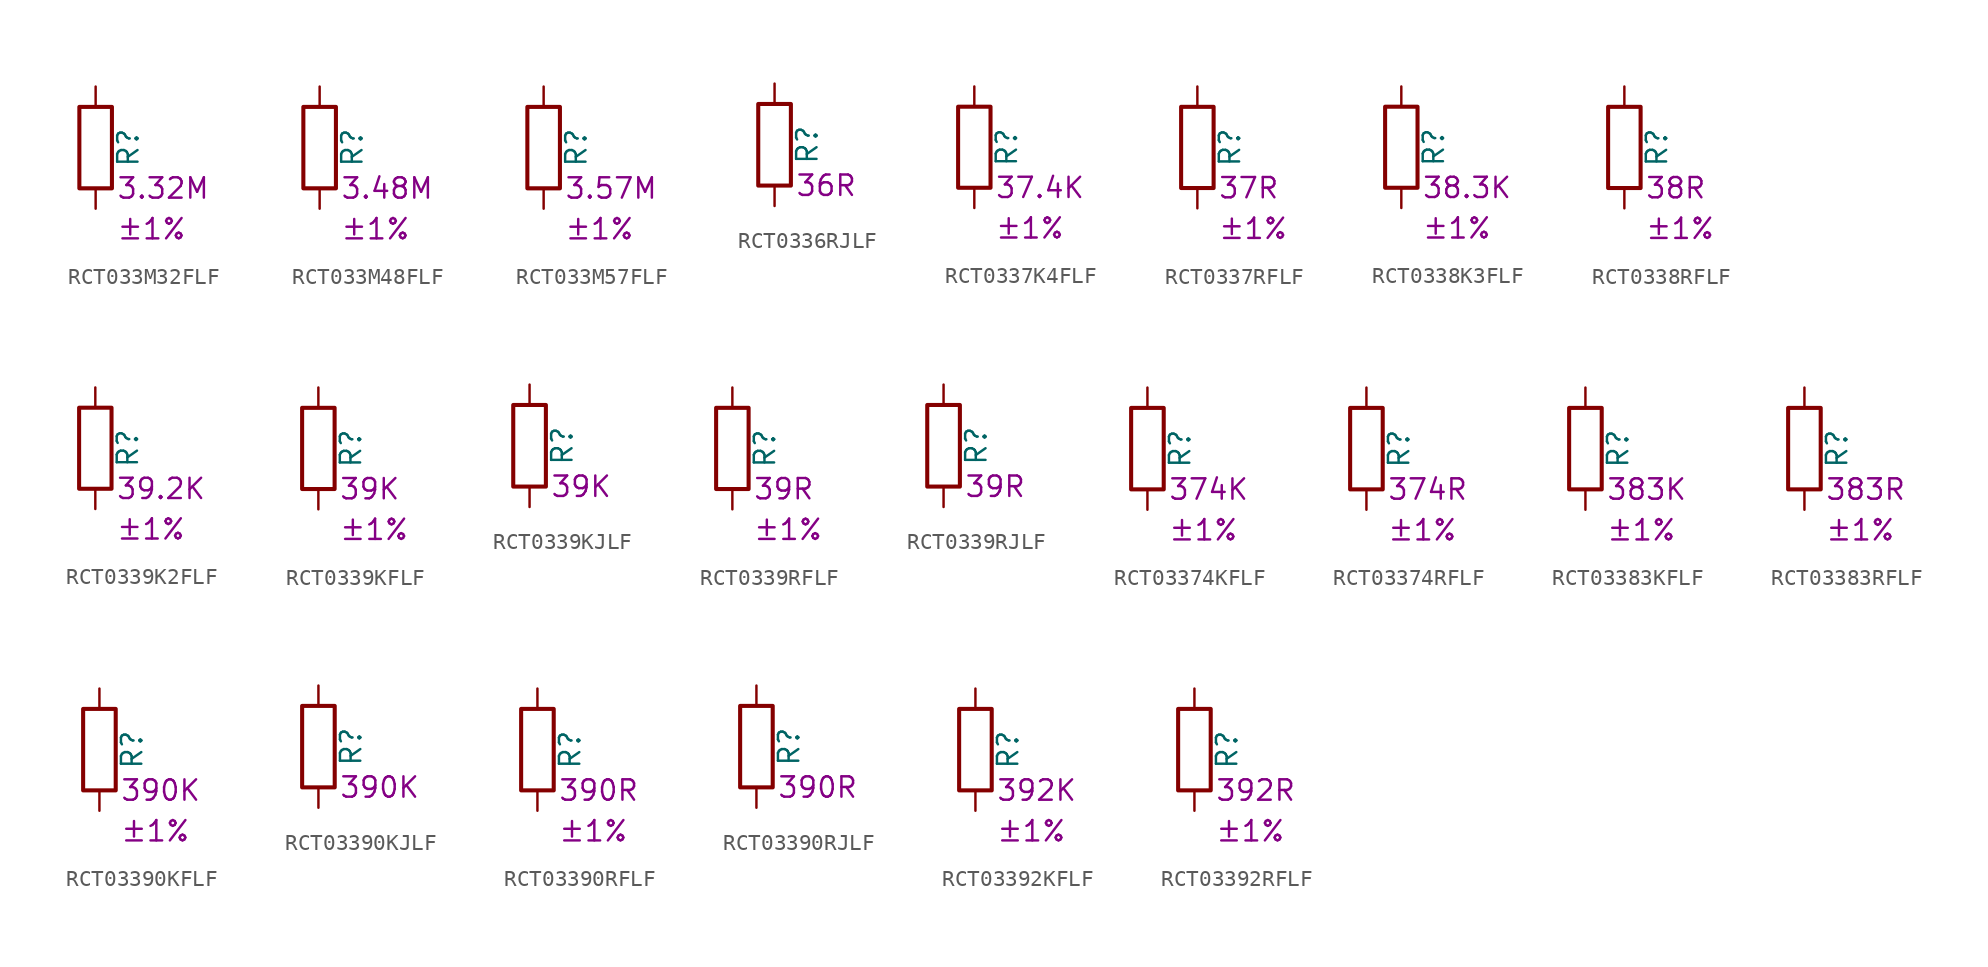
<source format=kicad_sym>
(kicad_symbol_lib
  (version 20220914)
  (generator kicad_symbol_editor)
  (symbol "RCT033M32FLF"
    (pin_numbers hide)
    (pin_names
      (offset 0))
    (property "Reference" "R"
      (at 2.032 0 90)
      (effects (font (size 1.27 1.27))))
    (property "Resistance" "3.32M"
      (at 1.27 -2.54 0)
      (effects (font (size 1.27 1.27)) (justify left)))
    (property "Tolerance" "±1%"
      (at 1.27 -5.08 0)
      (effects (font (size 1.27 1.27)) (justify left)))
    (symbol "RCT033M32FLF_0_1"
      (rectangle (start -1.016 -2.54) (end 1.016 2.54) (stroke (width 0.254) (type default)) (fill (type none))))
    (symbol "RCT033M32FLF_1_1"
      (pin passive line (at 0 3.81 270) (length 1.27) (name "~" (effects (font (size 1.27 1.27)))) (number "1" (effects (font (size 1.27 1.27)))))
      (pin passive line (at 0 -3.81 90) (length 1.27) (name "~" (effects (font (size 1.27 1.27)))) (number "2" (effects (font (size 1.27 1.27)))))))
  (symbol "RCT033M48FLF"
    (pin_numbers hide)
    (pin_names
      (offset 0))
    (property "Reference" "R"
      (at 2.032 0 90)
      (effects (font (size 1.27 1.27))))
    (property "Resistance" "3.48M"
      (at 1.27 -2.54 0)
      (effects (font (size 1.27 1.27)) (justify left)))
    (property "Tolerance" "±1%"
      (at 1.27 -5.08 0)
      (effects (font (size 1.27 1.27)) (justify left)))
    (symbol "RCT033M48FLF_0_1"
      (rectangle (start -1.016 -2.54) (end 1.016 2.54) (stroke (width 0.254) (type default)) (fill (type none))))
    (symbol "RCT033M48FLF_1_1"
      (pin passive line (at 0 3.81 270) (length 1.27) (name "~" (effects (font (size 1.27 1.27)))) (number "1" (effects (font (size 1.27 1.27)))))
      (pin passive line (at 0 -3.81 90) (length 1.27) (name "~" (effects (font (size 1.27 1.27)))) (number "2" (effects (font (size 1.27 1.27)))))))
  (symbol "RCT033M57FLF"
    (pin_numbers hide)
    (pin_names
      (offset 0))
    (property "Reference" "R"
      (at 2.032 0 90)
      (effects (font (size 1.27 1.27))))
    (property "Resistance" "3.57M"
      (at 1.27 -2.54 0)
      (effects (font (size 1.27 1.27)) (justify left)))
    (property "Tolerance" "±1%"
      (at 1.27 -5.08 0)
      (effects (font (size 1.27 1.27)) (justify left)))
    (symbol "RCT033M57FLF_0_1"
      (rectangle (start -1.016 -2.54) (end 1.016 2.54) (stroke (width 0.254) (type default)) (fill (type none))))
    (symbol "RCT033M57FLF_1_1"
      (pin passive line (at 0 3.81 270) (length 1.27) (name "~" (effects (font (size 1.27 1.27)))) (number "1" (effects (font (size 1.27 1.27)))))
      (pin passive line (at 0 -3.81 90) (length 1.27) (name "~" (effects (font (size 1.27 1.27)))) (number "2" (effects (font (size 1.27 1.27)))))))
  (symbol "RCT0336RJLF"
    (pin_numbers hide)
    (pin_names
      (offset 0))
    (property "Reference" "R"
      (at 2.032 0 90)
      (effects (font (size 1.27 1.27))))
    (property "Resistance" "36R"
      (at 1.27 -2.54 0)
      (effects (font (size 1.27 1.27)) (justify left)))
    (symbol "RCT0336RJLF_0_1"
      (rectangle (start -1.016 -2.54) (end 1.016 2.54) (stroke (width 0.254) (type default)) (fill (type none))))
    (symbol "RCT0336RJLF_1_1"
      (pin passive line (at 0 3.81 270) (length 1.27) (name "~" (effects (font (size 1.27 1.27)))) (number "1" (effects (font (size 1.27 1.27)))))
      (pin passive line (at 0 -3.81 90) (length 1.27) (name "~" (effects (font (size 1.27 1.27)))) (number "2" (effects (font (size 1.27 1.27)))))))
  (symbol "RCT0337K4FLF"
    (pin_numbers hide)
    (pin_names
      (offset 0))
    (property "Reference" "R"
      (at 2.032 0 90)
      (effects (font (size 1.27 1.27))))
    (property "Resistance" "37.4K"
      (at 1.27 -2.54 0)
      (effects (font (size 1.27 1.27)) (justify left)))
    (property "Tolerance" "±1%"
      (at 1.27 -5.08 0)
      (effects (font (size 1.27 1.27)) (justify left)))
    (symbol "RCT0337K4FLF_0_1"
      (rectangle (start -1.016 -2.54) (end 1.016 2.54) (stroke (width 0.254) (type default)) (fill (type none))))
    (symbol "RCT0337K4FLF_1_1"
      (pin passive line (at 0 3.81 270) (length 1.27) (name "~" (effects (font (size 1.27 1.27)))) (number "1" (effects (font (size 1.27 1.27)))))
      (pin passive line (at 0 -3.81 90) (length 1.27) (name "~" (effects (font (size 1.27 1.27)))) (number "2" (effects (font (size 1.27 1.27)))))))
  (symbol "RCT0337RFLF"
    (pin_numbers hide)
    (pin_names
      (offset 0))
    (property "Reference" "R"
      (at 2.032 0 90)
      (effects (font (size 1.27 1.27))))
    (property "Resistance" "37R"
      (at 1.27 -2.54 0)
      (effects (font (size 1.27 1.27)) (justify left)))
    (property "Tolerance" "±1%"
      (at 1.27 -5.08 0)
      (effects (font (size 1.27 1.27)) (justify left)))
    (symbol "RCT0337RFLF_0_1"
      (rectangle (start -1.016 -2.54) (end 1.016 2.54) (stroke (width 0.254) (type default)) (fill (type none))))
    (symbol "RCT0337RFLF_1_1"
      (pin passive line (at 0 3.81 270) (length 1.27) (name "~" (effects (font (size 1.27 1.27)))) (number "1" (effects (font (size 1.27 1.27)))))
      (pin passive line (at 0 -3.81 90) (length 1.27) (name "~" (effects (font (size 1.27 1.27)))) (number "2" (effects (font (size 1.27 1.27)))))))
  (symbol "RCT0338K3FLF"
    (pin_numbers hide)
    (pin_names
      (offset 0))
    (property "Reference" "R"
      (at 2.032 0 90)
      (effects (font (size 1.27 1.27))))
    (property "Resistance" "38.3K"
      (at 1.27 -2.54 0)
      (effects (font (size 1.27 1.27)) (justify left)))
    (property "Tolerance" "±1%"
      (at 1.27 -5.08 0)
      (effects (font (size 1.27 1.27)) (justify left)))
    (symbol "RCT0338K3FLF_0_1"
      (rectangle (start -1.016 -2.54) (end 1.016 2.54) (stroke (width 0.254) (type default)) (fill (type none))))
    (symbol "RCT0338K3FLF_1_1"
      (pin passive line (at 0 3.81 270) (length 1.27) (name "~" (effects (font (size 1.27 1.27)))) (number "1" (effects (font (size 1.27 1.27)))))
      (pin passive line (at 0 -3.81 90) (length 1.27) (name "~" (effects (font (size 1.27 1.27)))) (number "2" (effects (font (size 1.27 1.27)))))))
  (symbol "RCT0338RFLF"
    (pin_numbers hide)
    (pin_names
      (offset 0))
    (property "Reference" "R"
      (at 2.032 0 90)
      (effects (font (size 1.27 1.27))))
    (property "Resistance" "38R"
      (at 1.27 -2.54 0)
      (effects (font (size 1.27 1.27)) (justify left)))
    (property "Tolerance" "±1%"
      (at 1.27 -5.08 0)
      (effects (font (size 1.27 1.27)) (justify left)))
    (symbol "RCT0338RFLF_0_1"
      (rectangle (start -1.016 -2.54) (end 1.016 2.54) (stroke (width 0.254) (type default)) (fill (type none))))
    (symbol "RCT0338RFLF_1_1"
      (pin passive line (at 0 3.81 270) (length 1.27) (name "~" (effects (font (size 1.27 1.27)))) (number "1" (effects (font (size 1.27 1.27)))))
      (pin passive line (at 0 -3.81 90) (length 1.27) (name "~" (effects (font (size 1.27 1.27)))) (number "2" (effects (font (size 1.27 1.27)))))))
  (symbol "RCT0339K2FLF"
    (pin_numbers hide)
    (pin_names
      (offset 0))
    (property "Reference" "R"
      (at 2.032 0 90)
      (effects (font (size 1.27 1.27))))
    (property "Resistance" "39.2K"
      (at 1.27 -2.54 0)
      (effects (font (size 1.27 1.27)) (justify left)))
    (property "Tolerance" "±1%"
      (at 1.27 -5.08 0)
      (effects (font (size 1.27 1.27)) (justify left)))
    (symbol "RCT0339K2FLF_0_1"
      (rectangle (start -1.016 -2.54) (end 1.016 2.54) (stroke (width 0.254) (type default)) (fill (type none))))
    (symbol "RCT0339K2FLF_1_1"
      (pin passive line (at 0 3.81 270) (length 1.27) (name "~" (effects (font (size 1.27 1.27)))) (number "1" (effects (font (size 1.27 1.27)))))
      (pin passive line (at 0 -3.81 90) (length 1.27) (name "~" (effects (font (size 1.27 1.27)))) (number "2" (effects (font (size 1.27 1.27)))))))
  (symbol "RCT0339KFLF"
    (pin_numbers hide)
    (pin_names
      (offset 0))
    (property "Reference" "R"
      (at 2.032 0 90)
      (effects (font (size 1.27 1.27))))
    (property "Resistance" "39K"
      (at 1.27 -2.54 0)
      (effects (font (size 1.27 1.27)) (justify left)))
    (property "Tolerance" "±1%"
      (at 1.27 -5.08 0)
      (effects (font (size 1.27 1.27)) (justify left)))
    (symbol "RCT0339KFLF_0_1"
      (rectangle (start -1.016 -2.54) (end 1.016 2.54) (stroke (width 0.254) (type default)) (fill (type none))))
    (symbol "RCT0339KFLF_1_1"
      (pin passive line (at 0 3.81 270) (length 1.27) (name "~" (effects (font (size 1.27 1.27)))) (number "1" (effects (font (size 1.27 1.27)))))
      (pin passive line (at 0 -3.81 90) (length 1.27) (name "~" (effects (font (size 1.27 1.27)))) (number "2" (effects (font (size 1.27 1.27)))))))
  (symbol "RCT0339KJLF"
    (pin_numbers hide)
    (pin_names
      (offset 0))
    (property "Reference" "R"
      (at 2.032 0 90)
      (effects (font (size 1.27 1.27))))
    (property "Resistance" "39K"
      (at 1.27 -2.54 0)
      (effects (font (size 1.27 1.27)) (justify left)))
    (symbol "RCT0339KJLF_0_1"
      (rectangle (start -1.016 -2.54) (end 1.016 2.54) (stroke (width 0.254) (type default)) (fill (type none))))
    (symbol "RCT0339KJLF_1_1"
      (pin passive line (at 0 3.81 270) (length 1.27) (name "~" (effects (font (size 1.27 1.27)))) (number "1" (effects (font (size 1.27 1.27)))))
      (pin passive line (at 0 -3.81 90) (length 1.27) (name "~" (effects (font (size 1.27 1.27)))) (number "2" (effects (font (size 1.27 1.27)))))))
  (symbol "RCT0339RFLF"
    (pin_numbers hide)
    (pin_names
      (offset 0))
    (property "Reference" "R"
      (at 2.032 0 90)
      (effects (font (size 1.27 1.27))))
    (property "Resistance" "39R"
      (at 1.27 -2.54 0)
      (effects (font (size 1.27 1.27)) (justify left)))
    (property "Tolerance" "±1%"
      (at 1.27 -5.08 0)
      (effects (font (size 1.27 1.27)) (justify left)))
    (symbol "RCT0339RFLF_0_1"
      (rectangle (start -1.016 -2.54) (end 1.016 2.54) (stroke (width 0.254) (type default)) (fill (type none))))
    (symbol "RCT0339RFLF_1_1"
      (pin passive line (at 0 3.81 270) (length 1.27) (name "~" (effects (font (size 1.27 1.27)))) (number "1" (effects (font (size 1.27 1.27)))))
      (pin passive line (at 0 -3.81 90) (length 1.27) (name "~" (effects (font (size 1.27 1.27)))) (number "2" (effects (font (size 1.27 1.27)))))))
  (symbol "RCT0339RJLF"
    (pin_numbers hide)
    (pin_names
      (offset 0))
    (property "Reference" "R"
      (at 2.032 0 90)
      (effects (font (size 1.27 1.27))))
    (property "Resistance" "39R"
      (at 1.27 -2.54 0)
      (effects (font (size 1.27 1.27)) (justify left)))
    (symbol "RCT0339RJLF_0_1"
      (rectangle (start -1.016 -2.54) (end 1.016 2.54) (stroke (width 0.254) (type default)) (fill (type none))))
    (symbol "RCT0339RJLF_1_1"
      (pin passive line (at 0 3.81 270) (length 1.27) (name "~" (effects (font (size 1.27 1.27)))) (number "1" (effects (font (size 1.27 1.27)))))
      (pin passive line (at 0 -3.81 90) (length 1.27) (name "~" (effects (font (size 1.27 1.27)))) (number "2" (effects (font (size 1.27 1.27)))))))
  (symbol "RCT03374KFLF"
    (pin_numbers hide)
    (pin_names
      (offset 0))
    (property "Reference" "R"
      (at 2.032 0 90)
      (effects (font (size 1.27 1.27))))
    (property "Resistance" "374K"
      (at 1.27 -2.54 0)
      (effects (font (size 1.27 1.27)) (justify left)))
    (property "Tolerance" "±1%"
      (at 1.27 -5.08 0)
      (effects (font (size 1.27 1.27)) (justify left)))
    (symbol "RCT03374KFLF_0_1"
      (rectangle (start -1.016 -2.54) (end 1.016 2.54) (stroke (width 0.254) (type default)) (fill (type none))))
    (symbol "RCT03374KFLF_1_1"
      (pin passive line (at 0 3.81 270) (length 1.27) (name "~" (effects (font (size 1.27 1.27)))) (number "1" (effects (font (size 1.27 1.27)))))
      (pin passive line (at 0 -3.81 90) (length 1.27) (name "~" (effects (font (size 1.27 1.27)))) (number "2" (effects (font (size 1.27 1.27)))))))
  (symbol "RCT03374RFLF"
    (pin_numbers hide)
    (pin_names
      (offset 0))
    (property "Reference" "R"
      (at 2.032 0 90)
      (effects (font (size 1.27 1.27))))
    (property "Resistance" "374R"
      (at 1.27 -2.54 0)
      (effects (font (size 1.27 1.27)) (justify left)))
    (property "Tolerance" "±1%"
      (at 1.27 -5.08 0)
      (effects (font (size 1.27 1.27)) (justify left)))
    (symbol "RCT03374RFLF_0_1"
      (rectangle (start -1.016 -2.54) (end 1.016 2.54) (stroke (width 0.254) (type default)) (fill (type none))))
    (symbol "RCT03374RFLF_1_1"
      (pin passive line (at 0 3.81 270) (length 1.27) (name "~" (effects (font (size 1.27 1.27)))) (number "1" (effects (font (size 1.27 1.27)))))
      (pin passive line (at 0 -3.81 90) (length 1.27) (name "~" (effects (font (size 1.27 1.27)))) (number "2" (effects (font (size 1.27 1.27)))))))
  (symbol "RCT03383KFLF"
    (pin_numbers hide)
    (pin_names
      (offset 0))
    (property "Reference" "R"
      (at 2.032 0 90)
      (effects (font (size 1.27 1.27))))
    (property "Resistance" "383K"
      (at 1.27 -2.54 0)
      (effects (font (size 1.27 1.27)) (justify left)))
    (property "Tolerance" "±1%"
      (at 1.27 -5.08 0)
      (effects (font (size 1.27 1.27)) (justify left)))
    (symbol "RCT03383KFLF_0_1"
      (rectangle (start -1.016 -2.54) (end 1.016 2.54) (stroke (width 0.254) (type default)) (fill (type none))))
    (symbol "RCT03383KFLF_1_1"
      (pin passive line (at 0 3.81 270) (length 1.27) (name "~" (effects (font (size 1.27 1.27)))) (number "1" (effects (font (size 1.27 1.27)))))
      (pin passive line (at 0 -3.81 90) (length 1.27) (name "~" (effects (font (size 1.27 1.27)))) (number "2" (effects (font (size 1.27 1.27)))))))
  (symbol "RCT03383RFLF"
    (pin_numbers hide)
    (pin_names
      (offset 0))
    (property "Reference" "R"
      (at 2.032 0 90)
      (effects (font (size 1.27 1.27))))
    (property "Resistance" "383R"
      (at 1.27 -2.54 0)
      (effects (font (size 1.27 1.27)) (justify left)))
    (property "Tolerance" "±1%"
      (at 1.27 -5.08 0)
      (effects (font (size 1.27 1.27)) (justify left)))
    (symbol "RCT03383RFLF_0_1"
      (rectangle (start -1.016 -2.54) (end 1.016 2.54) (stroke (width 0.254) (type default)) (fill (type none))))
    (symbol "RCT03383RFLF_1_1"
      (pin passive line (at 0 3.81 270) (length 1.27) (name "~" (effects (font (size 1.27 1.27)))) (number "1" (effects (font (size 1.27 1.27)))))
      (pin passive line (at 0 -3.81 90) (length 1.27) (name "~" (effects (font (size 1.27 1.27)))) (number "2" (effects (font (size 1.27 1.27)))))))
  (symbol "RCT03390KFLF"
    (pin_numbers hide)
    (pin_names
      (offset 0))
    (property "Reference" "R"
      (at 2.032 0 90)
      (effects (font (size 1.27 1.27))))
    (property "Resistance" "390K"
      (at 1.27 -2.54 0)
      (effects (font (size 1.27 1.27)) (justify left)))
    (property "Tolerance" "±1%"
      (at 1.27 -5.08 0)
      (effects (font (size 1.27 1.27)) (justify left)))
    (symbol "RCT03390KFLF_0_1"
      (rectangle (start -1.016 -2.54) (end 1.016 2.54) (stroke (width 0.254) (type default)) (fill (type none))))
    (symbol "RCT03390KFLF_1_1"
      (pin passive line (at 0 3.81 270) (length 1.27) (name "~" (effects (font (size 1.27 1.27)))) (number "1" (effects (font (size 1.27 1.27)))))
      (pin passive line (at 0 -3.81 90) (length 1.27) (name "~" (effects (font (size 1.27 1.27)))) (number "2" (effects (font (size 1.27 1.27)))))))
  (symbol "RCT03390KJLF"
    (pin_numbers hide)
    (pin_names
      (offset 0))
    (property "Reference" "R"
      (at 2.032 0 90)
      (effects (font (size 1.27 1.27))))
    (property "Resistance" "390K"
      (at 1.27 -2.54 0)
      (effects (font (size 1.27 1.27)) (justify left)))
    (symbol "RCT03390KJLF_0_1"
      (rectangle (start -1.016 -2.54) (end 1.016 2.54) (stroke (width 0.254) (type default)) (fill (type none))))
    (symbol "RCT03390KJLF_1_1"
      (pin passive line (at 0 3.81 270) (length 1.27) (name "~" (effects (font (size 1.27 1.27)))) (number "1" (effects (font (size 1.27 1.27)))))
      (pin passive line (at 0 -3.81 90) (length 1.27) (name "~" (effects (font (size 1.27 1.27)))) (number "2" (effects (font (size 1.27 1.27)))))))
  (symbol "RCT03390RFLF"
    (pin_numbers hide)
    (pin_names
      (offset 0))
    (property "Reference" "R"
      (at 2.032 0 90)
      (effects (font (size 1.27 1.27))))
    (property "Resistance" "390R"
      (at 1.27 -2.54 0)
      (effects (font (size 1.27 1.27)) (justify left)))
    (property "Tolerance" "±1%"
      (at 1.27 -5.08 0)
      (effects (font (size 1.27 1.27)) (justify left)))
    (symbol "RCT03390RFLF_0_1"
      (rectangle (start -1.016 -2.54) (end 1.016 2.54) (stroke (width 0.254) (type default)) (fill (type none))))
    (symbol "RCT03390RFLF_1_1"
      (pin passive line (at 0 3.81 270) (length 1.27) (name "~" (effects (font (size 1.27 1.27)))) (number "1" (effects (font (size 1.27 1.27)))))
      (pin passive line (at 0 -3.81 90) (length 1.27) (name "~" (effects (font (size 1.27 1.27)))) (number "2" (effects (font (size 1.27 1.27)))))))
  (symbol "RCT03390RJLF"
    (pin_numbers hide)
    (pin_names
      (offset 0))
    (property "Reference" "R"
      (at 2.032 0 90)
      (effects (font (size 1.27 1.27))))
    (property "Resistance" "390R"
      (at 1.27 -2.54 0)
      (effects (font (size 1.27 1.27)) (justify left)))
    (symbol "RCT03390RJLF_0_1"
      (rectangle (start -1.016 -2.54) (end 1.016 2.54) (stroke (width 0.254) (type default)) (fill (type none))))
    (symbol "RCT03390RJLF_1_1"
      (pin passive line (at 0 3.81 270) (length 1.27) (name "~" (effects (font (size 1.27 1.27)))) (number "1" (effects (font (size 1.27 1.27)))))
      (pin passive line (at 0 -3.81 90) (length 1.27) (name "~" (effects (font (size 1.27 1.27)))) (number "2" (effects (font (size 1.27 1.27)))))))
  (symbol "RCT03392KFLF"
    (pin_numbers hide)
    (pin_names
      (offset 0))
    (property "Reference" "R"
      (at 2.032 0 90)
      (effects (font (size 1.27 1.27))))
    (property "Resistance" "392K"
      (at 1.27 -2.54 0)
      (effects (font (size 1.27 1.27)) (justify left)))
    (property "Tolerance" "±1%"
      (at 1.27 -5.08 0)
      (effects (font (size 1.27 1.27)) (justify left)))
    (symbol "RCT03392KFLF_0_1"
      (rectangle (start -1.016 -2.54) (end 1.016 2.54) (stroke (width 0.254) (type default)) (fill (type none))))
    (symbol "RCT03392KFLF_1_1"
      (pin passive line (at 0 3.81 270) (length 1.27) (name "~" (effects (font (size 1.27 1.27)))) (number "1" (effects (font (size 1.27 1.27)))))
      (pin passive line (at 0 -3.81 90) (length 1.27) (name "~" (effects (font (size 1.27 1.27)))) (number "2" (effects (font (size 1.27 1.27)))))))
  (symbol "RCT03392RFLF"
    (pin_numbers hide)
    (pin_names
      (offset 0))
    (property "Reference" "R"
      (at 2.032 0 90)
      (effects (font (size 1.27 1.27))))
    (property "Resistance" "392R"
      (at 1.27 -2.54 0)
      (effects (font (size 1.27 1.27)) (justify left)))
    (property "Tolerance" "±1%"
      (at 1.27 -5.08 0)
      (effects (font (size 1.27 1.27)) (justify left)))
    (symbol "RCT03392RFLF_0_1"
      (rectangle (start -1.016 -2.54) (end 1.016 2.54) (stroke (width 0.254) (type default)) (fill (type none))))
    (symbol "RCT03392RFLF_1_1"
      (pin passive line (at 0 3.81 270) (length 1.27) (name "~" (effects (font (size 1.27 1.27)))) (number "1" (effects (font (size 1.27 1.27)))))
      (pin passive line (at 0 -3.81 90) (length 1.27) (name "~" (effects (font (size 1.27 1.27)))) (number "2" (effects (font (size 1.27 1.27))))))))
</source>
